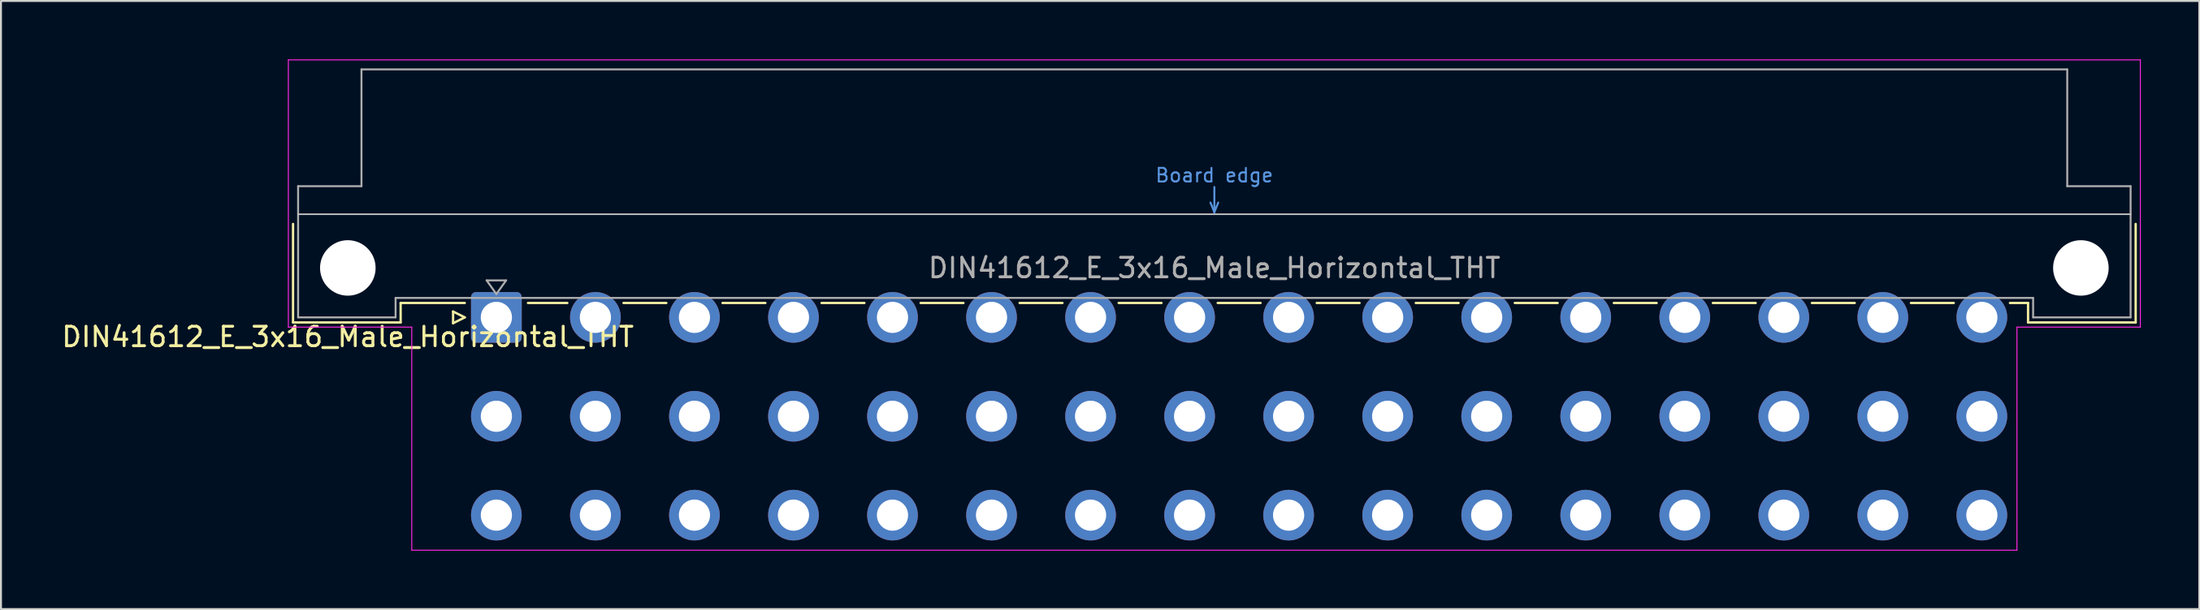
<source format=kicad_pcb>
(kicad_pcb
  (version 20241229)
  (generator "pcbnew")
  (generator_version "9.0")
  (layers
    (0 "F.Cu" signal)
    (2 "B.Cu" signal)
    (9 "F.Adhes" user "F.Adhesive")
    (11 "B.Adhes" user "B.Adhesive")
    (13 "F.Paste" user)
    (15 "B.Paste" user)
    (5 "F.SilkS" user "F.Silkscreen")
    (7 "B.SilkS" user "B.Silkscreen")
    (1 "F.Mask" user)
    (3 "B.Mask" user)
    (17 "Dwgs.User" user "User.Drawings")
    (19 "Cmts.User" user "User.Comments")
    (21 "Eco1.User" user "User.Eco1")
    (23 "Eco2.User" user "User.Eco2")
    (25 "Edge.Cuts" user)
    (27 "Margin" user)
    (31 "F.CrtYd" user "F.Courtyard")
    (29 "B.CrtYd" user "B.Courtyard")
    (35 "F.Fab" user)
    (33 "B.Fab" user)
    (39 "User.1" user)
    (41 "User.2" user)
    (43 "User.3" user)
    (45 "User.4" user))
  (footprint "DIN41612_E_3x16_Male_Horizontal_THT"
    (layer "F.Cu")
    (at 19.872 13.255)
    (property "Reference" "DIN41612_E_3x16_Male_Horizontal_THT" (at -5.08 1 0) (layer "F.SilkS") (effects (font (size 1 1) (thickness 0.15))))
    (attr through_hole)
    (fp_line (start -7.89 -4.8) (end -7.89 0.26) (stroke (width 0.12) (type solid)) (layer "F.SilkS"))
    (fp_line (start -7.89 0.26) (end -2.37 0.26) (stroke (width 0.12) (type solid)) (layer "F.SilkS"))
    (fp_line (start -2.37 -0.74) (end 0.92 -0.74) (stroke (width 0.12) (type solid)) (layer "F.SilkS"))
    (fp_line (start -2.37 0.26) (end -2.37 -0.74) (stroke (width 0.12) (type solid)) (layer "F.SilkS"))
    (fp_line (start 0.32 -0.3) (end 0.32 0.3) (stroke (width 0.12) (type solid)) (layer "F.SilkS"))
    (fp_line (start 0.32 0.3) (end 0.92 0) (stroke (width 0.12) (type solid)) (layer "F.SilkS"))
    (fp_line (start 0.92 0) (end 0.32 -0.3) (stroke (width 0.12) (type solid)) (layer "F.SilkS"))
    (fp_line (start 4.16 -0.74) (end 6.179 -0.74) (stroke (width 0.12) (type solid)) (layer "F.SilkS"))
    (fp_line (start 9.061 -0.74) (end 11.259 -0.74) (stroke (width 0.12) (type solid)) (layer "F.SilkS"))
    (fp_line (start 14.141 -0.74) (end 16.339 -0.74) (stroke (width 0.12) (type solid)) (layer "F.SilkS"))
    (fp_line (start 19.221 -0.74) (end 21.419 -0.74) (stroke (width 0.12) (type solid)) (layer "F.SilkS"))
    (fp_line (start 24.301 -0.74) (end 26.499 -0.74) (stroke (width 0.12) (type solid)) (layer "F.SilkS"))
    (fp_line (start 29.381 -0.74) (end 31.579 -0.74) (stroke (width 0.12) (type solid)) (layer "F.SilkS"))
    (fp_line (start 34.461 -0.74) (end 36.659 -0.74) (stroke (width 0.12) (type solid)) (layer "F.SilkS"))
    (fp_line (start 39.541 -0.74) (end 41.739 -0.74) (stroke (width 0.12) (type solid)) (layer "F.SilkS"))
    (fp_line (start 44.621 -0.74) (end 46.819 -0.74) (stroke (width 0.12) (type solid)) (layer "F.SilkS"))
    (fp_line (start 49.701 -0.74) (end 51.899 -0.74) (stroke (width 0.12) (type solid)) (layer "F.SilkS"))
    (fp_line (start 54.781 -0.74) (end 56.979 -0.74) (stroke (width 0.12) (type solid)) (layer "F.SilkS"))
    (fp_line (start 59.861 -0.74) (end 62.059 -0.74) (stroke (width 0.12) (type solid)) (layer "F.SilkS"))
    (fp_line (start 64.941 -0.74) (end 67.139 -0.74) (stroke (width 0.12) (type solid)) (layer "F.SilkS"))
    (fp_line (start 70.021 -0.74) (end 72.219 -0.74) (stroke (width 0.12) (type solid)) (layer "F.SilkS"))
    (fp_line (start 75.101 -0.74) (end 77.299 -0.74) (stroke (width 0.12) (type solid)) (layer "F.SilkS"))
    (fp_line (start 80.181 -0.74) (end 81.11 -0.74) (stroke (width 0.12) (type solid)) (layer "F.SilkS"))
    (fp_line (start 81.11 0.26) (end 81.11 -0.74) (stroke (width 0.12) (type solid)) (layer "F.SilkS"))
    (fp_line (start 86.63 -4.8) (end 86.63 0.26) (stroke (width 0.12) (type solid)) (layer "F.SilkS"))
    (fp_line (start 86.63 0.26) (end 81.11 0.26) (stroke (width 0.12) (type solid)) (layer "F.SilkS"))
    (fp_line (start -7.63 -5.3) (end 86.37 -5.3) (stroke (width 0.08) (type solid)) (layer "Dwgs.User"))
    (fp_line (start 39.17 -5.9) (end 39.37 -5.4) (stroke (width 0.1) (type solid)) (layer "Cmts.User"))
    (fp_line (start 39.37 -5.4) (end 39.37 -6.7) (stroke (width 0.1) (type solid)) (layer "Cmts.User"))
    (fp_line (start 39.37 -5.4) (end 39.57 -5.9) (stroke (width 0.1) (type solid)) (layer "Cmts.User"))
    (fp_line (start -8.13 -13.23) (end -8.13 0.5) (stroke (width 0.05) (type solid)) (layer "F.CrtYd"))
    (fp_line (start -8.13 0.5) (end -1.8 0.5) (stroke (width 0.05) (type solid)) (layer "F.CrtYd"))
    (fp_line (start -1.8 0.5) (end -1.8 11.96) (stroke (width 0.05) (type solid)) (layer "F.CrtYd"))
    (fp_line (start -1.8 11.96) (end 80.54 11.96) (stroke (width 0.05) (type solid)) (layer "F.CrtYd"))
    (fp_line (start 80.54 0.5) (end 86.87 0.5) (stroke (width 0.05) (type solid)) (layer "F.CrtYd"))
    (fp_line (start 80.54 11.96) (end 80.54 0.5) (stroke (width 0.05) (type solid)) (layer "F.CrtYd"))
    (fp_line (start 86.87 -13.23) (end -8.13 -13.23) (stroke (width 0.05) (type solid)) (layer "F.CrtYd"))
    (fp_line (start 86.87 0.5) (end 86.87 -13.23) (stroke (width 0.05) (type solid)) (layer "F.CrtYd"))
    (fp_line (start -7.63 -6.74) (end -7.63 0) (stroke (width 0.1) (type solid)) (layer "F.Fab"))
    (fp_line (start -7.63 0) (end -2.63 0) (stroke (width 0.1) (type solid)) (layer "F.Fab"))
    (fp_line (start -4.38 -12.74) (end -4.38 -6.74) (stroke (width 0.1) (type solid)) (layer "F.Fab"))
    (fp_line (start -4.38 -6.74) (end -7.63 -6.74) (stroke (width 0.1) (type solid)) (layer "F.Fab"))
    (fp_line (start -2.63 -1) (end 81.37 -1) (stroke (width 0.1) (type solid)) (layer "F.Fab"))
    (fp_line (start -2.63 0) (end -2.63 -1) (stroke (width 0.1) (type solid)) (layer "F.Fab"))
    (fp_line (start 2.04 -1.9) (end 3.04 -1.9) (stroke (width 0.1) (type solid)) (layer "F.Fab"))
    (fp_line (start 2.54 -1.2) (end 2.04 -1.9) (stroke (width 0.1) (type solid)) (layer "F.Fab"))
    (fp_line (start 3.04 -1.9) (end 2.54 -1.2) (stroke (width 0.1) (type solid)) (layer "F.Fab"))
    (fp_line (start 81.37 -1) (end 81.37 0) (stroke (width 0.1) (type solid)) (layer "F.Fab"))
    (fp_line (start 81.37 0) (end 86.37 0) (stroke (width 0.1) (type solid)) (layer "F.Fab"))
    (fp_line (start 83.12 -12.74) (end -4.38 -12.74) (stroke (width 0.1) (type solid)) (layer "F.Fab"))
    (fp_line (start 83.12 -6.74) (end 83.12 -12.74) (stroke (width 0.1) (type solid)) (layer "F.Fab"))
    (fp_line (start 86.37 -6.74) (end 83.12 -6.74) (stroke (width 0.1) (type solid)) (layer "F.Fab"))
    (fp_line (start 86.37 0) (end 86.37 -6.74) (stroke (width 0.1) (type solid)) (layer "F.Fab"))
    (fp_text user "Board edge" (at 39.37 -7.3 0) (layer "Cmts.User") (effects (font (size 0.7 0.7) (thickness 0.1))))
    (fp_text user "${REFERENCE}" (at 39.37 -2.54 0) (layer "F.Fab") (effects (font (size 1 1) (thickness 0.15))))
    (pad "" np_thru_hole circle (at -5.08 -2.54) (size 2.85 2.85) (drill 2.85) (layers "*.Cu" "*.Mask"))
    (pad "" np_thru_hole circle (at 83.82 -2.54) (size 2.85 2.85) (drill 2.85) (layers "*.Cu" "*.Mask"))
    (pad "a2" thru_hole roundrect (at 2.54 0) (size 2.6 2.6) (drill 1.6) (layers "*.Cu" "*.Mask") (roundrect_rratio 0.096))
    (pad "a4" thru_hole circle (at 7.62 0) (size 2.6 2.6) (drill 1.6) (layers "*.Cu" "*.Mask"))
    (pad "a6" thru_hole circle (at 12.7 0) (size 2.6 2.6) (drill 1.6) (layers "*.Cu" "*.Mask"))
    (pad "a8" thru_hole circle (at 17.78 0) (size 2.6 2.6) (drill 1.6) (layers "*.Cu" "*.Mask"))
    (pad "a10" thru_hole circle (at 22.86 0) (size 2.6 2.6) (drill 1.6) (layers "*.Cu" "*.Mask"))
    (pad "a12" thru_hole circle (at 27.94 0) (size 2.6 2.6) (drill 1.6) (layers "*.Cu" "*.Mask"))
    (pad "a14" thru_hole circle (at 33.02 0) (size 2.6 2.6) (drill 1.6) (layers "*.Cu" "*.Mask"))
    (pad "a16" thru_hole circle (at 38.1 0) (size 2.6 2.6) (drill 1.6) (layers "*.Cu" "*.Mask"))
    (pad "a18" thru_hole circle (at 43.18 0) (size 2.6 2.6) (drill 1.6) (layers "*.Cu" "*.Mask"))
    (pad "a20" thru_hole circle (at 48.26 0) (size 2.6 2.6) (drill 1.6) (layers "*.Cu" "*.Mask"))
    (pad "a22" thru_hole circle (at 53.34 0) (size 2.6 2.6) (drill 1.6) (layers "*.Cu" "*.Mask"))
    (pad "a24" thru_hole circle (at 58.42 0) (size 2.6 2.6) (drill 1.6) (layers "*.Cu" "*.Mask"))
    (pad "a26" thru_hole circle (at 63.5 0) (size 2.6 2.6) (drill 1.6) (layers "*.Cu" "*.Mask"))
    (pad "a28" thru_hole circle (at 68.58 0) (size 2.6 2.6) (drill 1.6) (layers "*.Cu" "*.Mask"))
    (pad "a30" thru_hole circle (at 73.66 0) (size 2.6 2.6) (drill 1.6) (layers "*.Cu" "*.Mask"))
    (pad "a32" thru_hole circle (at 78.74 0) (size 2.6 2.6) (drill 1.6) (layers "*.Cu" "*.Mask"))
    (pad "c2" thru_hole circle (at 2.54 5.08) (size 2.6 2.6) (drill 1.6) (layers "*.Cu" "*.Mask"))
    (pad "c4" thru_hole circle (at 7.62 5.08) (size 2.6 2.6) (drill 1.6) (layers "*.Cu" "*.Mask"))
    (pad "c6" thru_hole circle (at 12.7 5.08) (size 2.6 2.6) (drill 1.6) (layers "*.Cu" "*.Mask"))
    (pad "c8" thru_hole circle (at 17.78 5.08) (size 2.6 2.6) (drill 1.6) (layers "*.Cu" "*.Mask"))
    (pad "c10" thru_hole circle (at 22.86 5.08) (size 2.6 2.6) (drill 1.6) (layers "*.Cu" "*.Mask"))
    (pad "c12" thru_hole circle (at 27.94 5.08) (size 2.6 2.6) (drill 1.6) (layers "*.Cu" "*.Mask"))
    (pad "c14" thru_hole circle (at 33.02 5.08) (size 2.6 2.6) (drill 1.6) (layers "*.Cu" "*.Mask"))
    (pad "c16" thru_hole circle (at 38.1 5.08) (size 2.6 2.6) (drill 1.6) (layers "*.Cu" "*.Mask"))
    (pad "c18" thru_hole circle (at 43.18 5.08) (size 2.6 2.6) (drill 1.6) (layers "*.Cu" "*.Mask"))
    (pad "c20" thru_hole circle (at 48.26 5.08) (size 2.6 2.6) (drill 1.6) (layers "*.Cu" "*.Mask"))
    (pad "c22" thru_hole circle (at 53.34 5.08) (size 2.6 2.6) (drill 1.6) (layers "*.Cu" "*.Mask"))
    (pad "c24" thru_hole circle (at 58.42 5.08) (size 2.6 2.6) (drill 1.6) (layers "*.Cu" "*.Mask"))
    (pad "c26" thru_hole circle (at 63.5 5.08) (size 2.6 2.6) (drill 1.6) (layers "*.Cu" "*.Mask"))
    (pad "c28" thru_hole circle (at 68.58 5.08) (size 2.6 2.6) (drill 1.6) (layers "*.Cu" "*.Mask"))
    (pad "c30" thru_hole circle (at 73.66 5.08) (size 2.6 2.6) (drill 1.6) (layers "*.Cu" "*.Mask"))
    (pad "c32" thru_hole circle (at 78.74 5.08) (size 2.6 2.6) (drill 1.6) (layers "*.Cu" "*.Mask"))
    (pad "e2" thru_hole circle (at 2.54 10.16) (size 2.6 2.6) (drill 1.6) (layers "*.Cu" "*.Mask"))
    (pad "e4" thru_hole circle (at 7.62 10.16) (size 2.6 2.6) (drill 1.6) (layers "*.Cu" "*.Mask"))
    (pad "e6" thru_hole circle (at 12.7 10.16) (size 2.6 2.6) (drill 1.6) (layers "*.Cu" "*.Mask"))
    (pad "e8" thru_hole circle (at 17.78 10.16) (size 2.6 2.6) (drill 1.6) (layers "*.Cu" "*.Mask"))
    (pad "e10" thru_hole circle (at 22.86 10.16) (size 2.6 2.6) (drill 1.6) (layers "*.Cu" "*.Mask"))
    (pad "e12" thru_hole circle (at 27.94 10.16) (size 2.6 2.6) (drill 1.6) (layers "*.Cu" "*.Mask"))
    (pad "e14" thru_hole circle (at 33.02 10.16) (size 2.6 2.6) (drill 1.6) (layers "*.Cu" "*.Mask"))
    (pad "e16" thru_hole circle (at 38.1 10.16) (size 2.6 2.6) (drill 1.6) (layers "*.Cu" "*.Mask"))
    (pad "e18" thru_hole circle (at 43.18 10.16) (size 2.6 2.6) (drill 1.6) (layers "*.Cu" "*.Mask"))
    (pad "e20" thru_hole circle (at 48.26 10.16) (size 2.6 2.6) (drill 1.6) (layers "*.Cu" "*.Mask"))
    (pad "e22" thru_hole circle (at 53.34 10.16) (size 2.6 2.6) (drill 1.6) (layers "*.Cu" "*.Mask"))
    (pad "e24" thru_hole circle (at 58.42 10.16) (size 2.6 2.6) (drill 1.6) (layers "*.Cu" "*.Mask"))
    (pad "e26" thru_hole circle (at 63.5 10.16) (size 2.6 2.6) (drill 1.6) (layers "*.Cu" "*.Mask"))
    (pad "e28" thru_hole circle (at 68.58 10.16) (size 2.6 2.6) (drill 1.6) (layers "*.Cu" "*.Mask"))
    (pad "e30" thru_hole circle (at 73.66 10.16) (size 2.6 2.6) (drill 1.6) (layers "*.Cu" "*.Mask"))
    (pad "e32" thru_hole circle (at 78.74 10.16) (size 2.6 2.6) (drill 1.6) (layers "*.Cu" "*.Mask")))
  (gr_rect
    (start -3 -3)
    (end 109.767 28.24)
    (stroke (width 0.1) (type default))
    (fill no)
    (layer "Edge.Cuts")))
</source>
